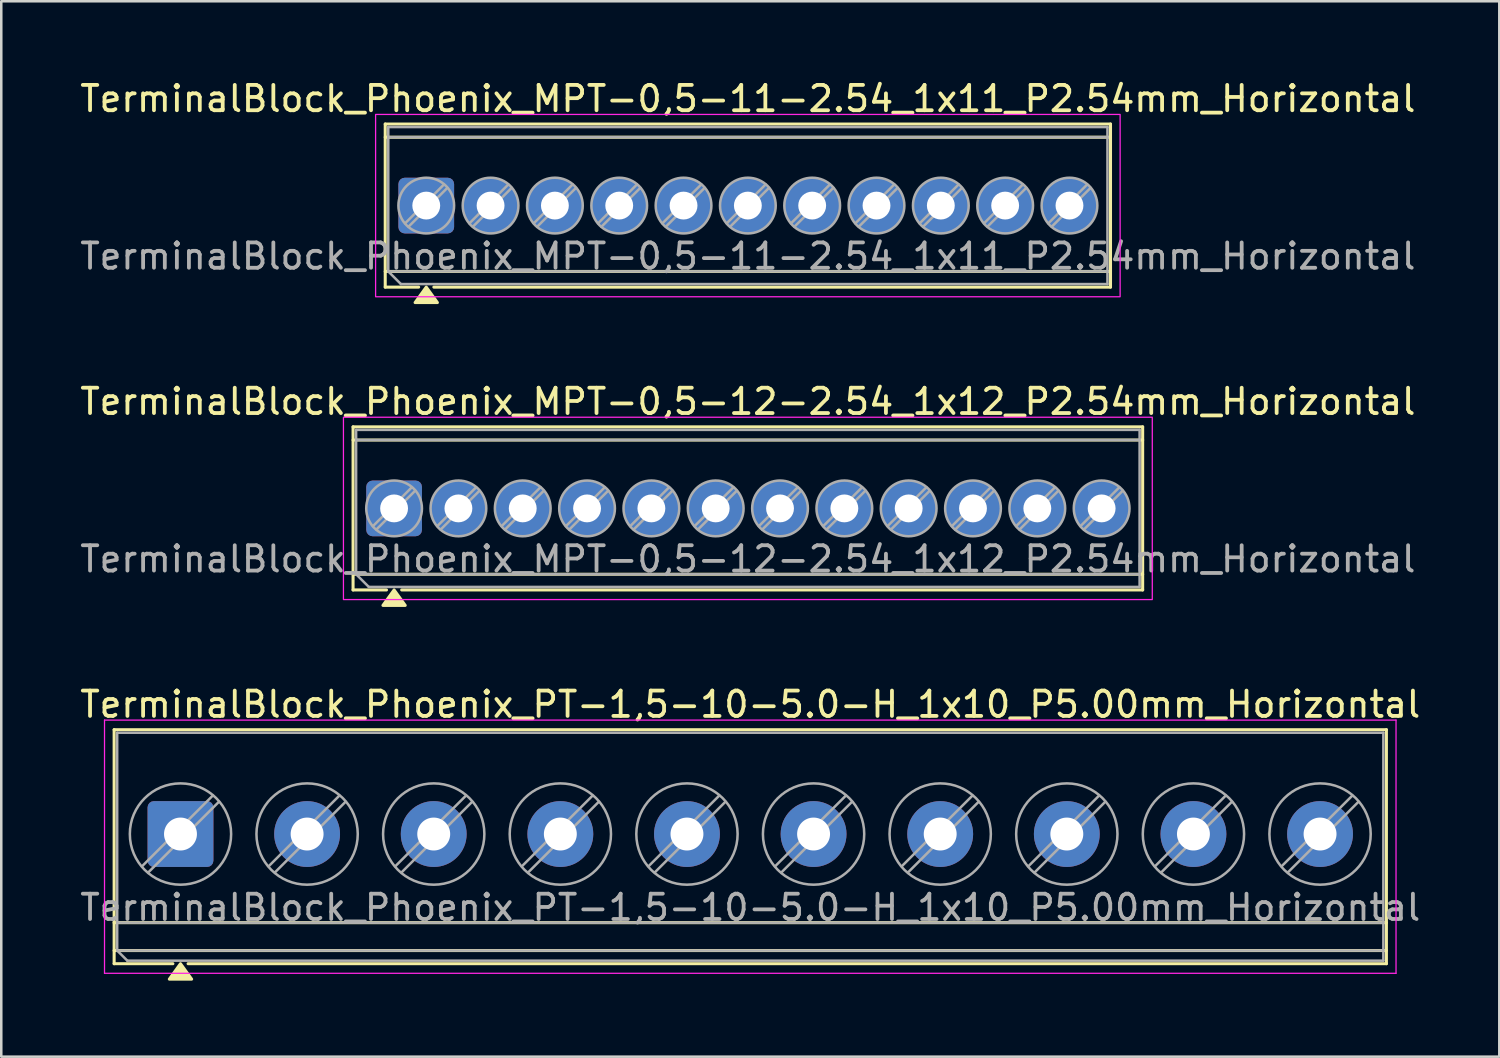
<source format=kicad_pcb>
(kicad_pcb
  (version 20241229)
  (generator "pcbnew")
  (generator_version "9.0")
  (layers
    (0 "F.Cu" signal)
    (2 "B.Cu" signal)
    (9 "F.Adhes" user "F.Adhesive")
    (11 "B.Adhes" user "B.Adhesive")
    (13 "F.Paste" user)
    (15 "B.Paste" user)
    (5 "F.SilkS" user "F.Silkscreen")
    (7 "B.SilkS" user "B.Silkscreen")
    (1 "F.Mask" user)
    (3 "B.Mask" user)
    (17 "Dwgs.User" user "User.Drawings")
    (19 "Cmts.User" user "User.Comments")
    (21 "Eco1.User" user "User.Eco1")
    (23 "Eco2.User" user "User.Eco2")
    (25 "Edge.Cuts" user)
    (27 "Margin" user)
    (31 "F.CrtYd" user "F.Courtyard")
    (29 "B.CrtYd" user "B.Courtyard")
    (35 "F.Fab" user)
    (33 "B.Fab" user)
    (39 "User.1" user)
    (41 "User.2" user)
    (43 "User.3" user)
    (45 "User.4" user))
  (footprint "TerminalBlock_Phoenix_MPT-0,5-11-2.54_1x11_P2.54mm_Horizontal"
    (layer "F.Cu")
    (at 13.782 5.068)
    (property "Reference" "TerminalBlock_Phoenix_MPT-0,5-11-2.54_1x11_P2.54mm_Horizontal" (at 12.7 -4.22 0) (layer "F.SilkS") (effects (font (size 1 1) (thickness 0.15))))
    (attr through_hole)
    (fp_line (start -1.62 -3.22) (end 27.02 -3.22) (stroke (width 0.12) (type solid)) (layer "F.SilkS"))
    (fp_line (start -1.62 -2.7) (end 27.02 -2.7) (stroke (width 0.12) (type solid)) (layer "F.SilkS"))
    (fp_line (start -1.62 2.6) (end 27.02 2.6) (stroke (width 0.12) (type solid)) (layer "F.SilkS"))
    (fp_line (start -1.62 3.22) (end -1.62 -3.22) (stroke (width 0.12) (type solid)) (layer "F.SilkS"))
    (fp_line (start -0.3 3.22) (end -1.62 3.22) (stroke (width 0.12) (type solid)) (layer "F.SilkS"))
    (fp_line (start 27.02 -3.22) (end 27.02 3.22) (stroke (width 0.12) (type solid)) (layer "F.SilkS"))
    (fp_line (start 27.02 3.22) (end 0.3 3.22) (stroke (width 0.12) (type solid)) (layer "F.SilkS"))
    (fp_poly (pts (xy 0 3.22) (xy 0.44 3.83) (xy -0.44 3.83)) (stroke (width 0.12) (type solid)) (fill yes) (layer "F.SilkS"))
    (fp_rect (start -2 -3.6) (end 27.4 3.6) (stroke (width 0.05) (type solid)) (fill no) (layer "F.CrtYd"))
    (fp_line (start -1.5 -3.1) (end 26.9 -3.1) (stroke (width 0.1) (type solid)) (layer "F.Fab"))
    (fp_line (start -1.5 -2.7) (end 26.9 -2.7) (stroke (width 0.1) (type solid)) (layer "F.Fab"))
    (fp_line (start -1.5 2.6) (end -1.5 -3.1) (stroke (width 0.1) (type solid)) (layer "F.Fab"))
    (fp_line (start -1.5 2.6) (end 26.9 2.6) (stroke (width 0.1) (type solid)) (layer "F.Fab"))
    (fp_line (start -1 3.1) (end -1.5 2.6) (stroke (width 0.1) (type solid)) (layer "F.Fab"))
    (fp_line (start 0.7 -0.834) (end -0.834 0.7) (stroke (width 0.1) (type solid)) (layer "F.Fab"))
    (fp_line (start 0.834 -0.7) (end -0.7 0.834) (stroke (width 0.1) (type solid)) (layer "F.Fab"))
    (fp_line (start 3.24 -0.834) (end 1.706 0.7) (stroke (width 0.1) (type solid)) (layer "F.Fab"))
    (fp_line (start 3.374 -0.7) (end 1.84 0.834) (stroke (width 0.1) (type solid)) (layer "F.Fab"))
    (fp_line (start 5.78 -0.834) (end 4.246 0.7) (stroke (width 0.1) (type solid)) (layer "F.Fab"))
    (fp_line (start 5.914 -0.7) (end 4.38 0.834) (stroke (width 0.1) (type solid)) (layer "F.Fab"))
    (fp_line (start 8.32 -0.834) (end 6.786 0.7) (stroke (width 0.1) (type solid)) (layer "F.Fab"))
    (fp_line (start 8.454 -0.7) (end 6.92 0.834) (stroke (width 0.1) (type solid)) (layer "F.Fab"))
    (fp_line (start 10.86 -0.834) (end 9.326 0.7) (stroke (width 0.1) (type solid)) (layer "F.Fab"))
    (fp_line (start 10.994 -0.7) (end 9.46 0.834) (stroke (width 0.1) (type solid)) (layer "F.Fab"))
    (fp_line (start 13.4 -0.834) (end 11.866 0.7) (stroke (width 0.1) (type solid)) (layer "F.Fab"))
    (fp_line (start 13.534 -0.7) (end 12 0.834) (stroke (width 0.1) (type solid)) (layer "F.Fab"))
    (fp_line (start 15.94 -0.834) (end 14.406 0.7) (stroke (width 0.1) (type solid)) (layer "F.Fab"))
    (fp_line (start 16.074 -0.7) (end 14.54 0.834) (stroke (width 0.1) (type solid)) (layer "F.Fab"))
    (fp_line (start 18.48 -0.834) (end 16.946 0.7) (stroke (width 0.1) (type solid)) (layer "F.Fab"))
    (fp_line (start 18.614 -0.7) (end 17.08 0.834) (stroke (width 0.1) (type solid)) (layer "F.Fab"))
    (fp_line (start 21.02 -0.834) (end 19.486 0.7) (stroke (width 0.1) (type solid)) (layer "F.Fab"))
    (fp_line (start 21.154 -0.7) (end 19.62 0.834) (stroke (width 0.1) (type solid)) (layer "F.Fab"))
    (fp_line (start 23.56 -0.834) (end 22.026 0.7) (stroke (width 0.1) (type solid)) (layer "F.Fab"))
    (fp_line (start 23.694 -0.7) (end 22.16 0.834) (stroke (width 0.1) (type solid)) (layer "F.Fab"))
    (fp_line (start 26.1 -0.834) (end 24.566 0.7) (stroke (width 0.1) (type solid)) (layer "F.Fab"))
    (fp_line (start 26.234 -0.7) (end 24.7 0.834) (stroke (width 0.1) (type solid)) (layer "F.Fab"))
    (fp_line (start 26.9 -3.1) (end 26.9 3.1) (stroke (width 0.1) (type solid)) (layer "F.Fab"))
    (fp_line (start 26.9 3.1) (end -1 3.1) (stroke (width 0.1) (type solid)) (layer "F.Fab"))
    (fp_circle (center 0 0) (end 1.1 0) (stroke (width 0.1) (type solid)) (fill no) (layer "F.Fab"))
    (fp_circle (center 2.54 0) (end 3.64 0) (stroke (width 0.1) (type solid)) (fill no) (layer "F.Fab"))
    (fp_circle (center 5.08 0) (end 6.18 0) (stroke (width 0.1) (type solid)) (fill no) (layer "F.Fab"))
    (fp_circle (center 7.62 0) (end 8.72 0) (stroke (width 0.1) (type solid)) (fill no) (layer "F.Fab"))
    (fp_circle (center 10.16 0) (end 11.26 0) (stroke (width 0.1) (type solid)) (fill no) (layer "F.Fab"))
    (fp_circle (center 12.7 0) (end 13.8 0) (stroke (width 0.1) (type solid)) (fill no) (layer "F.Fab"))
    (fp_circle (center 15.24 0) (end 16.34 0) (stroke (width 0.1) (type solid)) (fill no) (layer "F.Fab"))
    (fp_circle (center 17.78 0) (end 18.88 0) (stroke (width 0.1) (type solid)) (fill no) (layer "F.Fab"))
    (fp_circle (center 20.32 0) (end 21.42 0) (stroke (width 0.1) (type solid)) (fill no) (layer "F.Fab"))
    (fp_circle (center 22.86 0) (end 23.96 0) (stroke (width 0.1) (type solid)) (fill no) (layer "F.Fab"))
    (fp_circle (center 25.4 0) (end 26.5 0) (stroke (width 0.1) (type solid)) (fill no) (layer "F.Fab"))
    (fp_text user "${REFERENCE}" (at 12.7 2 0) (layer "F.Fab") (effects (font (size 1 1) (thickness 0.15))))
    (pad "1" thru_hole roundrect (at 0 0) (size 2.2 2.2) (drill 1.1) (layers "*.Cu" "*.Mask") (roundrect_rratio 0.114))
    (pad "2" thru_hole circle (at 2.54 0) (size 2.2 2.2) (drill 1.1) (layers "*.Cu" "*.Mask"))
    (pad "3" thru_hole circle (at 5.08 0) (size 2.2 2.2) (drill 1.1) (layers "*.Cu" "*.Mask"))
    (pad "4" thru_hole circle (at 7.62 0) (size 2.2 2.2) (drill 1.1) (layers "*.Cu" "*.Mask"))
    (pad "5" thru_hole circle (at 10.16 0) (size 2.2 2.2) (drill 1.1) (layers "*.Cu" "*.Mask"))
    (pad "6" thru_hole circle (at 12.7 0) (size 2.2 2.2) (drill 1.1) (layers "*.Cu" "*.Mask"))
    (pad "7" thru_hole circle (at 15.24 0) (size 2.2 2.2) (drill 1.1) (layers "*.Cu" "*.Mask"))
    (pad "8" thru_hole circle (at 17.78 0) (size 2.2 2.2) (drill 1.1) (layers "*.Cu" "*.Mask"))
    (pad "9" thru_hole circle (at 20.32 0) (size 2.2 2.2) (drill 1.1) (layers "*.Cu" "*.Mask"))
    (pad "10" thru_hole circle (at 22.86 0) (size 2.2 2.2) (drill 1.1) (layers "*.Cu" "*.Mask"))
    (pad "11" thru_hole circle (at 25.4 0) (size 2.2 2.2) (drill 1.1) (layers "*.Cu" "*.Mask")))
  (footprint "TerminalBlock_Phoenix_PT-1,5-10-5.0-H_1x10_P5.00mm_Horizontal"
    (layer "F.Cu")
    (at 4.077 29.885)
    (property "Reference" "TerminalBlock_Phoenix_PT-1,5-10-5.0-H_1x10_P5.00mm_Horizontal" (at 22.5 -5.12 0) (layer "F.SilkS") (effects (font (size 1 1) (thickness 0.15))))
    (attr through_hole)
    (fp_line (start -2.62 -4.12) (end -2.62 5.12) (stroke (width 0.12) (type solid)) (layer "F.SilkS"))
    (fp_line (start -2.62 -4.12) (end 47.62 -4.12) (stroke (width 0.12) (type solid)) (layer "F.SilkS"))
    (fp_line (start -2.62 3.5) (end 47.62 3.5) (stroke (width 0.12) (type solid)) (layer "F.SilkS"))
    (fp_line (start -2.62 4.6) (end 47.62 4.6) (stroke (width 0.12) (type solid)) (layer "F.SilkS"))
    (fp_line (start -2.62 5.12) (end -0.3 5.12) (stroke (width 0.12) (type solid)) (layer "F.SilkS"))
    (fp_line (start 0.3 5.12) (end 47.62 5.12) (stroke (width 0.12) (type solid)) (layer "F.SilkS"))
    (fp_line (start 47.62 -4.12) (end 47.62 5.12) (stroke (width 0.12) (type solid)) (layer "F.SilkS"))
    (fp_poly (pts (xy 0 5.12) (xy 0.44 5.73) (xy -0.44 5.73)) (stroke (width 0.12) (type solid)) (fill yes) (layer "F.SilkS"))
    (fp_line (start -3 -4.5) (end -3 5.5) (stroke (width 0.05) (type solid)) (layer "F.CrtYd"))
    (fp_line (start -3 5.5) (end 48 5.5) (stroke (width 0.05) (type solid)) (layer "F.CrtYd"))
    (fp_line (start 48 -4.5) (end -3 -4.5) (stroke (width 0.05) (type solid)) (layer "F.CrtYd"))
    (fp_line (start 48 5.5) (end 48 -4.5) (stroke (width 0.05) (type solid)) (layer "F.CrtYd"))
    (fp_line (start -2.5 -4) (end 47.5 -4) (stroke (width 0.1) (type solid)) (layer "F.Fab"))
    (fp_line (start -2.5 3.5) (end 47.5 3.5) (stroke (width 0.1) (type solid)) (layer "F.Fab"))
    (fp_line (start -2.5 4.6) (end -2.5 -4) (stroke (width 0.1) (type solid)) (layer "F.Fab"))
    (fp_line (start -2.5 4.6) (end 47.5 4.6) (stroke (width 0.1) (type solid)) (layer "F.Fab"))
    (fp_line (start -2.1 5) (end -2.5 4.6) (stroke (width 0.1) (type solid)) (layer "F.Fab"))
    (fp_line (start 1.273 -1.517) (end -1.517 1.272) (stroke (width 0.1) (type solid)) (layer "F.Fab"))
    (fp_line (start 1.517 -1.273) (end -1.273 1.517) (stroke (width 0.1) (type solid)) (layer "F.Fab"))
    (fp_line (start 6.273 -1.517) (end 3.483 1.272) (stroke (width 0.1) (type solid)) (layer "F.Fab"))
    (fp_line (start 6.517 -1.273) (end 3.727 1.517) (stroke (width 0.1) (type solid)) (layer "F.Fab"))
    (fp_line (start 11.273 -1.517) (end 8.483 1.272) (stroke (width 0.1) (type solid)) (layer "F.Fab"))
    (fp_line (start 11.517 -1.273) (end 8.727 1.517) (stroke (width 0.1) (type solid)) (layer "F.Fab"))
    (fp_line (start 16.273 -1.517) (end 13.483 1.272) (stroke (width 0.1) (type solid)) (layer "F.Fab"))
    (fp_line (start 16.517 -1.273) (end 13.727 1.517) (stroke (width 0.1) (type solid)) (layer "F.Fab"))
    (fp_line (start 21.273 -1.517) (end 18.483 1.272) (stroke (width 0.1) (type solid)) (layer "F.Fab"))
    (fp_line (start 21.517 -1.273) (end 18.727 1.517) (stroke (width 0.1) (type solid)) (layer "F.Fab"))
    (fp_line (start 26.273 -1.517) (end 23.483 1.272) (stroke (width 0.1) (type solid)) (layer "F.Fab"))
    (fp_line (start 26.517 -1.273) (end 23.727 1.517) (stroke (width 0.1) (type solid)) (layer "F.Fab"))
    (fp_line (start 31.273 -1.517) (end 28.483 1.272) (stroke (width 0.1) (type solid)) (layer "F.Fab"))
    (fp_line (start 31.517 -1.273) (end 28.727 1.517) (stroke (width 0.1) (type solid)) (layer "F.Fab"))
    (fp_line (start 36.273 -1.517) (end 33.483 1.272) (stroke (width 0.1) (type solid)) (layer "F.Fab"))
    (fp_line (start 36.517 -1.273) (end 33.727 1.517) (stroke (width 0.1) (type solid)) (layer "F.Fab"))
    (fp_line (start 41.273 -1.517) (end 38.483 1.272) (stroke (width 0.1) (type solid)) (layer "F.Fab"))
    (fp_line (start 41.517 -1.273) (end 38.727 1.517) (stroke (width 0.1) (type solid)) (layer "F.Fab"))
    (fp_line (start 46.273 -1.517) (end 43.483 1.272) (stroke (width 0.1) (type solid)) (layer "F.Fab"))
    (fp_line (start 46.517 -1.273) (end 43.727 1.517) (stroke (width 0.1) (type solid)) (layer "F.Fab"))
    (fp_line (start 47.5 -4) (end 47.5 5) (stroke (width 0.1) (type solid)) (layer "F.Fab"))
    (fp_line (start 47.5 5) (end -2.1 5) (stroke (width 0.1) (type solid)) (layer "F.Fab"))
    (fp_circle (center 0 0) (end 2 0) (stroke (width 0.1) (type solid)) (fill no) (layer "F.Fab"))
    (fp_circle (center 5 0) (end 7 0) (stroke (width 0.1) (type solid)) (fill no) (layer "F.Fab"))
    (fp_circle (center 10 0) (end 12 0) (stroke (width 0.1) (type solid)) (fill no) (layer "F.Fab"))
    (fp_circle (center 15 0) (end 17 0) (stroke (width 0.1) (type solid)) (fill no) (layer "F.Fab"))
    (fp_circle (center 20 0) (end 22 0) (stroke (width 0.1) (type solid)) (fill no) (layer "F.Fab"))
    (fp_circle (center 25 0) (end 27 0) (stroke (width 0.1) (type solid)) (fill no) (layer "F.Fab"))
    (fp_circle (center 30 0) (end 32 0) (stroke (width 0.1) (type solid)) (fill no) (layer "F.Fab"))
    (fp_circle (center 35 0) (end 37 0) (stroke (width 0.1) (type solid)) (fill no) (layer "F.Fab"))
    (fp_circle (center 40 0) (end 42 0) (stroke (width 0.1) (type solid)) (fill no) (layer "F.Fab"))
    (fp_circle (center 45 0) (end 47 0) (stroke (width 0.1) (type solid)) (fill no) (layer "F.Fab"))
    (fp_text user "${REFERENCE}" (at 22.5 2.9 0) (layer "F.Fab") (effects (font (size 1 1) (thickness 0.15))))
    (pad "1" thru_hole roundrect (at 0 0) (size 2.6 2.6) (drill 1.3) (layers "*.Cu" "*.Mask") (roundrect_rratio 0.096))
    (pad "2" thru_hole circle (at 5 0) (size 2.6 2.6) (drill 1.3) (layers "*.Cu" "*.Mask"))
    (pad "3" thru_hole circle (at 10 0) (size 2.6 2.6) (drill 1.3) (layers "*.Cu" "*.Mask"))
    (pad "4" thru_hole circle (at 15 0) (size 2.6 2.6) (drill 1.3) (layers "*.Cu" "*.Mask"))
    (pad "5" thru_hole circle (at 20 0) (size 2.6 2.6) (drill 1.3) (layers "*.Cu" "*.Mask"))
    (pad "6" thru_hole circle (at 25 0) (size 2.6 2.6) (drill 1.3) (layers "*.Cu" "*.Mask"))
    (pad "7" thru_hole circle (at 30 0) (size 2.6 2.6) (drill 1.3) (layers "*.Cu" "*.Mask"))
    (pad "8" thru_hole circle (at 35 0) (size 2.6 2.6) (drill 1.3) (layers "*.Cu" "*.Mask"))
    (pad "9" thru_hole circle (at 40 0) (size 2.6 2.6) (drill 1.3) (layers "*.Cu" "*.Mask"))
    (pad "10" thru_hole circle (at 45 0) (size 2.6 2.6) (drill 1.3) (layers "*.Cu" "*.Mask")))
  (footprint "TerminalBlock_Phoenix_MPT-0,5-12-2.54_1x12_P2.54mm_Horizontal"
    (layer "F.Cu")
    (at 12.512 17.026)
    (property "Reference" "TerminalBlock_Phoenix_MPT-0,5-12-2.54_1x12_P2.54mm_Horizontal" (at 13.97 -4.22 0) (layer "F.SilkS") (effects (font (size 1 1) (thickness 0.15))))
    (attr through_hole)
    (fp_line (start -1.62 -3.22) (end 29.56 -3.22) (stroke (width 0.12) (type solid)) (layer "F.SilkS"))
    (fp_line (start -1.62 -2.7) (end 29.56 -2.7) (stroke (width 0.12) (type solid)) (layer "F.SilkS"))
    (fp_line (start -1.62 2.6) (end 29.56 2.6) (stroke (width 0.12) (type solid)) (layer "F.SilkS"))
    (fp_line (start -1.62 3.22) (end -1.62 -3.22) (stroke (width 0.12) (type solid)) (layer "F.SilkS"))
    (fp_line (start -0.3 3.22) (end -1.62 3.22) (stroke (width 0.12) (type solid)) (layer "F.SilkS"))
    (fp_line (start 29.56 -3.22) (end 29.56 3.22) (stroke (width 0.12) (type solid)) (layer "F.SilkS"))
    (fp_line (start 29.56 3.22) (end 0.3 3.22) (stroke (width 0.12) (type solid)) (layer "F.SilkS"))
    (fp_poly (pts (xy 0 3.22) (xy 0.44 3.83) (xy -0.44 3.83)) (stroke (width 0.12) (type solid)) (fill yes) (layer "F.SilkS"))
    (fp_rect (start -2 -3.6) (end 29.94 3.6) (stroke (width 0.05) (type solid)) (fill no) (layer "F.CrtYd"))
    (fp_line (start -1.5 -3.1) (end 29.44 -3.1) (stroke (width 0.1) (type solid)) (layer "F.Fab"))
    (fp_line (start -1.5 -2.7) (end 29.44 -2.7) (stroke (width 0.1) (type solid)) (layer "F.Fab"))
    (fp_line (start -1.5 2.6) (end -1.5 -3.1) (stroke (width 0.1) (type solid)) (layer "F.Fab"))
    (fp_line (start -1.5 2.6) (end 29.44 2.6) (stroke (width 0.1) (type solid)) (layer "F.Fab"))
    (fp_line (start -1 3.1) (end -1.5 2.6) (stroke (width 0.1) (type solid)) (layer "F.Fab"))
    (fp_line (start 0.7 -0.834) (end -0.834 0.7) (stroke (width 0.1) (type solid)) (layer "F.Fab"))
    (fp_line (start 0.834 -0.7) (end -0.7 0.834) (stroke (width 0.1) (type solid)) (layer "F.Fab"))
    (fp_line (start 3.24 -0.834) (end 1.706 0.7) (stroke (width 0.1) (type solid)) (layer "F.Fab"))
    (fp_line (start 3.374 -0.7) (end 1.84 0.834) (stroke (width 0.1) (type solid)) (layer "F.Fab"))
    (fp_line (start 5.78 -0.834) (end 4.246 0.7) (stroke (width 0.1) (type solid)) (layer "F.Fab"))
    (fp_line (start 5.914 -0.7) (end 4.38 0.834) (stroke (width 0.1) (type solid)) (layer "F.Fab"))
    (fp_line (start 8.32 -0.834) (end 6.786 0.7) (stroke (width 0.1) (type solid)) (layer "F.Fab"))
    (fp_line (start 8.454 -0.7) (end 6.92 0.834) (stroke (width 0.1) (type solid)) (layer "F.Fab"))
    (fp_line (start 10.86 -0.834) (end 9.326 0.7) (stroke (width 0.1) (type solid)) (layer "F.Fab"))
    (fp_line (start 10.994 -0.7) (end 9.46 0.834) (stroke (width 0.1) (type solid)) (layer "F.Fab"))
    (fp_line (start 13.4 -0.834) (end 11.866 0.7) (stroke (width 0.1) (type solid)) (layer "F.Fab"))
    (fp_line (start 13.534 -0.7) (end 12 0.834) (stroke (width 0.1) (type solid)) (layer "F.Fab"))
    (fp_line (start 15.94 -0.834) (end 14.406 0.7) (stroke (width 0.1) (type solid)) (layer "F.Fab"))
    (fp_line (start 16.074 -0.7) (end 14.54 0.834) (stroke (width 0.1) (type solid)) (layer "F.Fab"))
    (fp_line (start 18.48 -0.834) (end 16.946 0.7) (stroke (width 0.1) (type solid)) (layer "F.Fab"))
    (fp_line (start 18.614 -0.7) (end 17.08 0.834) (stroke (width 0.1) (type solid)) (layer "F.Fab"))
    (fp_line (start 21.02 -0.834) (end 19.486 0.7) (stroke (width 0.1) (type solid)) (layer "F.Fab"))
    (fp_line (start 21.154 -0.7) (end 19.62 0.834) (stroke (width 0.1) (type solid)) (layer "F.Fab"))
    (fp_line (start 23.56 -0.834) (end 22.026 0.7) (stroke (width 0.1) (type solid)) (layer "F.Fab"))
    (fp_line (start 23.694 -0.7) (end 22.16 0.834) (stroke (width 0.1) (type solid)) (layer "F.Fab"))
    (fp_line (start 26.1 -0.834) (end 24.566 0.7) (stroke (width 0.1) (type solid)) (layer "F.Fab"))
    (fp_line (start 26.234 -0.7) (end 24.7 0.834) (stroke (width 0.1) (type solid)) (layer "F.Fab"))
    (fp_line (start 28.64 -0.834) (end 27.106 0.7) (stroke (width 0.1) (type solid)) (layer "F.Fab"))
    (fp_line (start 28.774 -0.7) (end 27.24 0.834) (stroke (width 0.1) (type solid)) (layer "F.Fab"))
    (fp_line (start 29.44 -3.1) (end 29.44 3.1) (stroke (width 0.1) (type solid)) (layer "F.Fab"))
    (fp_line (start 29.44 3.1) (end -1 3.1) (stroke (width 0.1) (type solid)) (layer "F.Fab"))
    (fp_circle (center 0 0) (end 1.1 0) (stroke (width 0.1) (type solid)) (fill no) (layer "F.Fab"))
    (fp_circle (center 2.54 0) (end 3.64 0) (stroke (width 0.1) (type solid)) (fill no) (layer "F.Fab"))
    (fp_circle (center 5.08 0) (end 6.18 0) (stroke (width 0.1) (type solid)) (fill no) (layer "F.Fab"))
    (fp_circle (center 7.62 0) (end 8.72 0) (stroke (width 0.1) (type solid)) (fill no) (layer "F.Fab"))
    (fp_circle (center 10.16 0) (end 11.26 0) (stroke (width 0.1) (type solid)) (fill no) (layer "F.Fab"))
    (fp_circle (center 12.7 0) (end 13.8 0) (stroke (width 0.1) (type solid)) (fill no) (layer "F.Fab"))
    (fp_circle (center 15.24 0) (end 16.34 0) (stroke (width 0.1) (type solid)) (fill no) (layer "F.Fab"))
    (fp_circle (center 17.78 0) (end 18.88 0) (stroke (width 0.1) (type solid)) (fill no) (layer "F.Fab"))
    (fp_circle (center 20.32 0) (end 21.42 0) (stroke (width 0.1) (type solid)) (fill no) (layer "F.Fab"))
    (fp_circle (center 22.86 0) (end 23.96 0) (stroke (width 0.1) (type solid)) (fill no) (layer "F.Fab"))
    (fp_circle (center 25.4 0) (end 26.5 0) (stroke (width 0.1) (type solid)) (fill no) (layer "F.Fab"))
    (fp_circle (center 27.94 0) (end 29.04 0) (stroke (width 0.1) (type solid)) (fill no) (layer "F.Fab"))
    (fp_text user "${REFERENCE}" (at 13.97 2 0) (layer "F.Fab") (effects (font (size 1 1) (thickness 0.15))))
    (pad "1" thru_hole roundrect (at 0 0) (size 2.2 2.2) (drill 1.1) (layers "*.Cu" "*.Mask") (roundrect_rratio 0.114))
    (pad "2" thru_hole circle (at 2.54 0) (size 2.2 2.2) (drill 1.1) (layers "*.Cu" "*.Mask"))
    (pad "3" thru_hole circle (at 5.08 0) (size 2.2 2.2) (drill 1.1) (layers "*.Cu" "*.Mask"))
    (pad "4" thru_hole circle (at 7.62 0) (size 2.2 2.2) (drill 1.1) (layers "*.Cu" "*.Mask"))
    (pad "5" thru_hole circle (at 10.16 0) (size 2.2 2.2) (drill 1.1) (layers "*.Cu" "*.Mask"))
    (pad "6" thru_hole circle (at 12.7 0) (size 2.2 2.2) (drill 1.1) (layers "*.Cu" "*.Mask"))
    (pad "7" thru_hole circle (at 15.24 0) (size 2.2 2.2) (drill 1.1) (layers "*.Cu" "*.Mask"))
    (pad "8" thru_hole circle (at 17.78 0) (size 2.2 2.2) (drill 1.1) (layers "*.Cu" "*.Mask"))
    (pad "9" thru_hole circle (at 20.32 0) (size 2.2 2.2) (drill 1.1) (layers "*.Cu" "*.Mask"))
    (pad "10" thru_hole circle (at 22.86 0) (size 2.2 2.2) (drill 1.1) (layers "*.Cu" "*.Mask"))
    (pad "11" thru_hole circle (at 25.4 0) (size 2.2 2.2) (drill 1.1) (layers "*.Cu" "*.Mask"))
    (pad "12" thru_hole circle (at 27.94 0) (size 2.2 2.2) (drill 1.1) (layers "*.Cu" "*.Mask")))
  (gr_rect
    (start -3 -3)
    (end 56.155 38.675)
    (stroke (width 0.1) (type default))
    (fill no)
    (layer "Edge.Cuts")))
</source>
